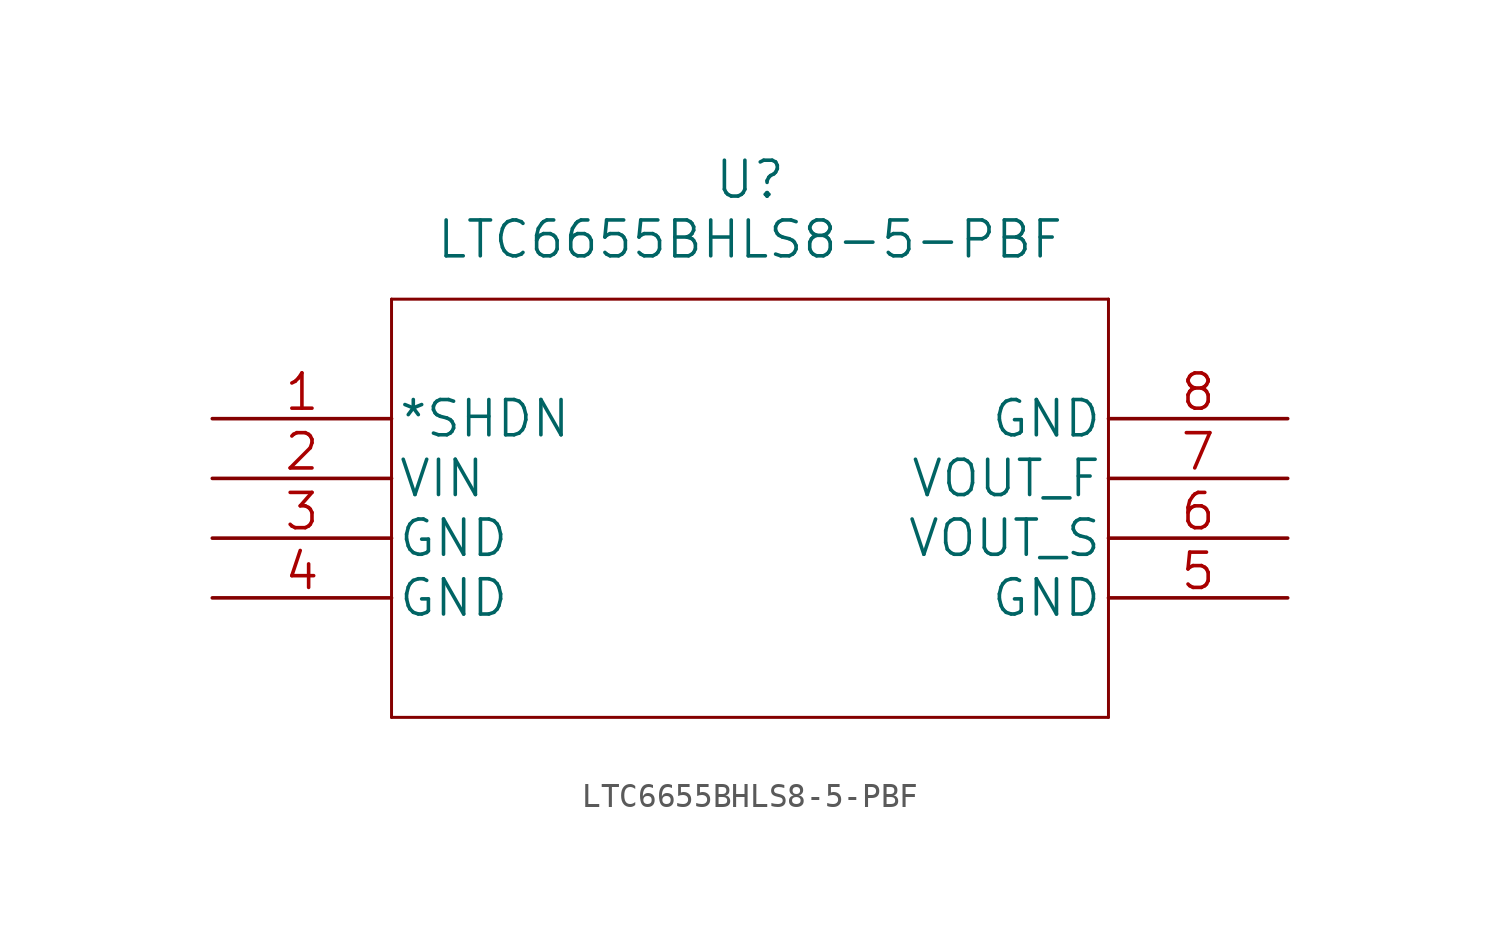
<source format=kicad_sym>
(kicad_symbol_lib
  (version 20211014)
  (generator kicad_symbol_editor)
  (symbol "LTC6655BHLS8-5-PBF"
    (pin_names
      (offset 0.254))
    (property "Reference" "U"
      (at 22.86 10.16 0)
      (effects (font (size 1.524 1.524))))
    (property "Value" "LTC6655BHLS8-5-PBF"
      (at 22.86 7.62 0)
      (effects (font (size 1.524 1.524))))
    (property "Datasheet" ""
      (at 0 0 0)
      (effects (font (size 1.524 1.524))))
    (property "ki_locked" ""
      (at 0 0 0)
      (effects (font (size 1.27 1.27))))
    (symbol "LTC6655BHLS8-5-PBF_1_1"
      (polyline (pts (xy 7.62 -12.7) (xy 38.1 -12.7)) (stroke (width 0.127) (type default) (color 0 0 0 0)) (fill (type none)))
      (polyline (pts (xy 7.62 5.08) (xy 7.62 -12.7)) (stroke (width 0.127) (type default) (color 0 0 0 0)) (fill (type none)))
      (polyline (pts (xy 38.1 -12.7) (xy 38.1 5.08)) (stroke (width 0.127) (type default) (color 0 0 0 0)) (fill (type none)))
      (polyline (pts (xy 38.1 5.08) (xy 7.62 5.08)) (stroke (width 0.127) (type default) (color 0 0 0 0)) (fill (type none)))
      (pin input line (at 0 0 0) (length 7.62) (name "*SHDN" (effects (font (size 1.499 1.499)))) (number "1" (effects (font (size 1.499 1.499)))))
      (pin input line (at 0 -2.54 0) (length 7.62) (name "VIN" (effects (font (size 1.499 1.499)))) (number "2" (effects (font (size 1.499 1.499)))))
      (pin power_in line (at 0 -5.08 0) (length 7.62) (name "GND" (effects (font (size 1.499 1.499)))) (number "3" (effects (font (size 1.499 1.499)))))
      (pin power_in line (at 0 -7.62 0) (length 7.62) (name "GND" (effects (font (size 1.499 1.499)))) (number "4" (effects (font (size 1.499 1.499)))))
      (pin power_in line (at 45.72 -7.62 180) (length 7.62) (name "GND" (effects (font (size 1.499 1.499)))) (number "5" (effects (font (size 1.499 1.499)))))
      (pin output line (at 45.72 -5.08 180) (length 7.62) (name "VOUT_S" (effects (font (size 1.499 1.499)))) (number "6" (effects (font (size 1.499 1.499)))))
      (pin output line (at 45.72 -2.54 180) (length 7.62) (name "VOUT_F" (effects (font (size 1.499 1.499)))) (number "7" (effects (font (size 1.499 1.499)))))
      (pin power_in line (at 45.72 0 180) (length 7.62) (name "GND" (effects (font (size 1.499 1.499)))) (number "8" (effects (font (size 1.499 1.499))))))))
</source>
